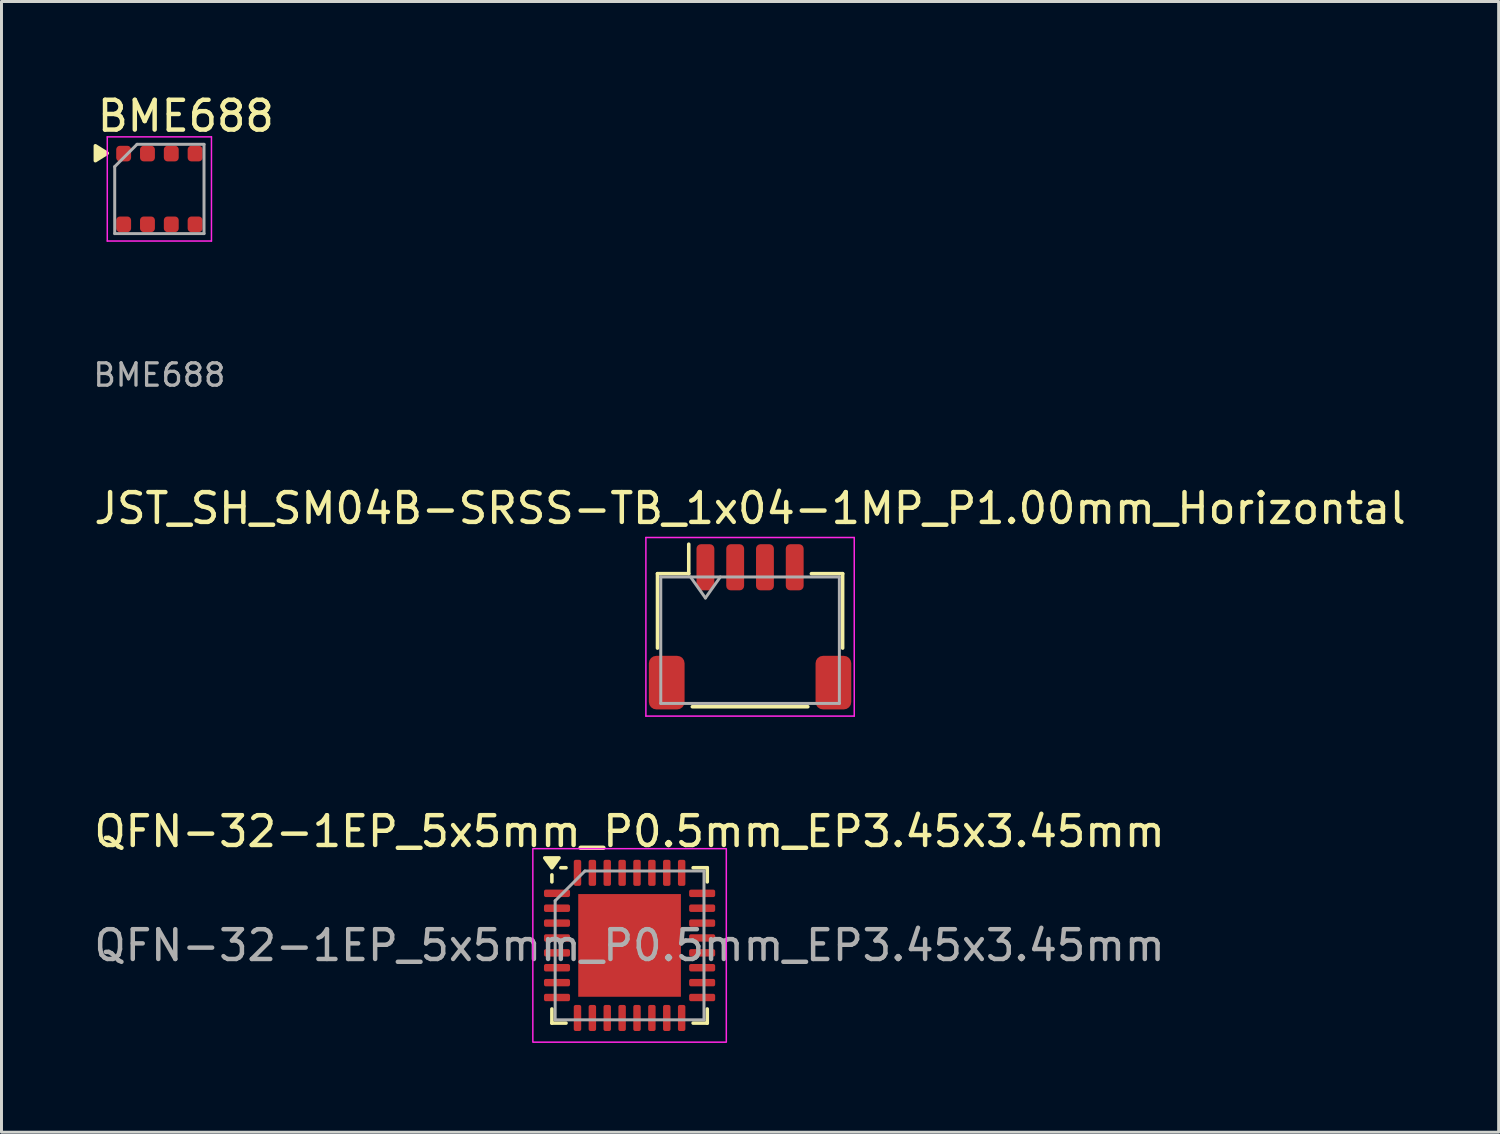
<source format=kicad_pcb>
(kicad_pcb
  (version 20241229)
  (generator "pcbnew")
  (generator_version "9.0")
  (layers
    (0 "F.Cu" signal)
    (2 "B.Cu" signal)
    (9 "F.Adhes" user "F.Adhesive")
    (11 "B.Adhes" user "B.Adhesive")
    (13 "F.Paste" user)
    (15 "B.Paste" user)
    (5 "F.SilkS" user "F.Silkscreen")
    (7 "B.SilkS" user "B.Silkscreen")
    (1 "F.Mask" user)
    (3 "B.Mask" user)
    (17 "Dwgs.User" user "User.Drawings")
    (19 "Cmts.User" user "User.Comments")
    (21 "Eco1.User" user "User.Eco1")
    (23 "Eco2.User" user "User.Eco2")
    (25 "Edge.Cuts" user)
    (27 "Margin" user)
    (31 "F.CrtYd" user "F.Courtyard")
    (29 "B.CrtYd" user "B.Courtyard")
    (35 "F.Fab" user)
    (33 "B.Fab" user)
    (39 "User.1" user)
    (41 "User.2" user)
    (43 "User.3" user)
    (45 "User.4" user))
  (footprint "QFN-32-1EP_5x5mm_P0.5mm_EP3.45x3.45mm"
    (layer "F.Cu")
    (at 18.101 28.712)
    (property "Reference" "QFN-32-1EP_5x5mm_P0.5mm_EP3.45x3.45mm" (at 0 -3.83 0) (layer "F.SilkS") (effects (font (size 1 1) (thickness 0.15))))
    (attr smd)
    (fp_line (start -2.61 -2.135) (end -2.61 -2.37) (stroke (width 0.12) (type solid)) (layer "F.SilkS"))
    (fp_line (start -2.61 2.61) (end -2.61 2.135) (stroke (width 0.12) (type solid)) (layer "F.SilkS"))
    (fp_line (start -2.135 -2.61) (end -2.31 -2.61) (stroke (width 0.12) (type solid)) (layer "F.SilkS"))
    (fp_line (start -2.135 2.61) (end -2.61 2.61) (stroke (width 0.12) (type solid)) (layer "F.SilkS"))
    (fp_line (start 2.135 -2.61) (end 2.61 -2.61) (stroke (width 0.12) (type solid)) (layer "F.SilkS"))
    (fp_line (start 2.135 2.61) (end 2.61 2.61) (stroke (width 0.12) (type solid)) (layer "F.SilkS"))
    (fp_line (start 2.61 -2.61) (end 2.61 -2.135) (stroke (width 0.12) (type solid)) (layer "F.SilkS"))
    (fp_line (start 2.61 2.61) (end 2.61 2.135) (stroke (width 0.12) (type solid)) (layer "F.SilkS"))
    (fp_poly (pts (xy -2.61 -2.61) (xy -2.85 -2.94) (xy -2.37 -2.94) (xy -2.61 -2.61)) (stroke (width 0.12) (type solid)) (fill yes) (layer "F.SilkS"))
    (fp_rect (start -3.25 -3.25) (end 3.25 3.25) (stroke (width 0.05) (type default)) (fill no) (layer "F.CrtYd"))
    (fp_line (start -2.5 -1.5) (end -1.5 -2.5) (stroke (width 0.1) (type solid)) (layer "F.Fab"))
    (fp_line (start -2.5 2.5) (end -2.5 -1.5) (stroke (width 0.1) (type solid)) (layer "F.Fab"))
    (fp_line (start -1.5 -2.5) (end 2.5 -2.5) (stroke (width 0.1) (type solid)) (layer "F.Fab"))
    (fp_line (start 2.5 -2.5) (end 2.5 2.5) (stroke (width 0.1) (type solid)) (layer "F.Fab"))
    (fp_line (start 2.5 2.5) (end -2.5 2.5) (stroke (width 0.1) (type solid)) (layer "F.Fab"))
    (fp_text user "${REFERENCE}" (at 0 0 0) (layer "F.Fab") (effects (font (size 1 1) (thickness 0.15))))
    (pad "" smd roundrect (at -1.15 -1.15) (size 0.93 0.93) (layers "F.Paste") (roundrect_rratio 0.25))
    (pad "" smd roundrect (at -1.15 0) (size 0.93 0.93) (layers "F.Paste") (roundrect_rratio 0.25))
    (pad "" smd roundrect (at -1.15 1.15) (size 0.93 0.93) (layers "F.Paste") (roundrect_rratio 0.25))
    (pad "" smd roundrect (at 0 -1.15) (size 0.93 0.93) (layers "F.Paste") (roundrect_rratio 0.25))
    (pad "" smd roundrect (at 0 0) (size 0.93 0.93) (layers "F.Paste") (roundrect_rratio 0.25))
    (pad "" smd roundrect (at 0 1.15) (size 0.93 0.93) (layers "F.Paste") (roundrect_rratio 0.25))
    (pad "" smd roundrect (at 1.15 -1.15) (size 0.93 0.93) (layers "F.Paste") (roundrect_rratio 0.25))
    (pad "" smd roundrect (at 1.15 0) (size 0.93 0.93) (layers "F.Paste") (roundrect_rratio 0.25))
    (pad "" smd roundrect (at 1.15 1.15) (size 0.93 0.93) (layers "F.Paste") (roundrect_rratio 0.25))
    (pad "1" smd roundrect (at -2.438 -1.75) (size 0.875 0.25) (layers "F.Cu" "F.Mask" "F.Paste") (roundrect_rratio 0.25))
    (pad "2" smd roundrect (at -2.438 -1.25) (size 0.875 0.25) (layers "F.Cu" "F.Mask" "F.Paste") (roundrect_rratio 0.25))
    (pad "3" smd roundrect (at -2.438 -0.75) (size 0.875 0.25) (layers "F.Cu" "F.Mask" "F.Paste") (roundrect_rratio 0.25))
    (pad "4" smd roundrect (at -2.438 -0.25) (size 0.875 0.25) (layers "F.Cu" "F.Mask" "F.Paste") (roundrect_rratio 0.25))
    (pad "5" smd roundrect (at -2.438 0.25) (size 0.875 0.25) (layers "F.Cu" "F.Mask" "F.Paste") (roundrect_rratio 0.25))
    (pad "6" smd roundrect (at -2.438 0.75) (size 0.875 0.25) (layers "F.Cu" "F.Mask" "F.Paste") (roundrect_rratio 0.25))
    (pad "7" smd roundrect (at -2.438 1.25) (size 0.875 0.25) (layers "F.Cu" "F.Mask" "F.Paste") (roundrect_rratio 0.25))
    (pad "8" smd roundrect (at -2.438 1.75) (size 0.875 0.25) (layers "F.Cu" "F.Mask" "F.Paste") (roundrect_rratio 0.25))
    (pad "9" smd roundrect (at -1.75 2.438) (size 0.25 0.875) (layers "F.Cu" "F.Mask" "F.Paste") (roundrect_rratio 0.25))
    (pad "10" smd roundrect (at -1.25 2.438) (size 0.25 0.875) (layers "F.Cu" "F.Mask" "F.Paste") (roundrect_rratio 0.25))
    (pad "11" smd roundrect (at -0.75 2.438) (size 0.25 0.875) (layers "F.Cu" "F.Mask" "F.Paste") (roundrect_rratio 0.25))
    (pad "12" smd roundrect (at -0.25 2.438) (size 0.25 0.875) (layers "F.Cu" "F.Mask" "F.Paste") (roundrect_rratio 0.25))
    (pad "13" smd roundrect (at 0.25 2.438) (size 0.25 0.875) (layers "F.Cu" "F.Mask" "F.Paste") (roundrect_rratio 0.25))
    (pad "14" smd roundrect (at 0.75 2.438) (size 0.25 0.875) (layers "F.Cu" "F.Mask" "F.Paste") (roundrect_rratio 0.25))
    (pad "15" smd roundrect (at 1.25 2.438) (size 0.25 0.875) (layers "F.Cu" "F.Mask" "F.Paste") (roundrect_rratio 0.25))
    (pad "16" smd roundrect (at 1.75 2.438) (size 0.25 0.875) (layers "F.Cu" "F.Mask" "F.Paste") (roundrect_rratio 0.25))
    (pad "17" smd roundrect (at 2.438 1.75) (size 0.875 0.25) (layers "F.Cu" "F.Mask" "F.Paste") (roundrect_rratio 0.25))
    (pad "18" smd roundrect (at 2.438 1.25) (size 0.875 0.25) (layers "F.Cu" "F.Mask" "F.Paste") (roundrect_rratio 0.25))
    (pad "19" smd roundrect (at 2.438 0.75) (size 0.875 0.25) (layers "F.Cu" "F.Mask" "F.Paste") (roundrect_rratio 0.25))
    (pad "20" smd roundrect (at 2.438 0.25) (size 0.875 0.25) (layers "F.Cu" "F.Mask" "F.Paste") (roundrect_rratio 0.25))
    (pad "21" smd roundrect (at 2.438 -0.25) (size 0.875 0.25) (layers "F.Cu" "F.Mask" "F.Paste") (roundrect_rratio 0.25))
    (pad "22" smd roundrect (at 2.438 -0.75) (size 0.875 0.25) (layers "F.Cu" "F.Mask" "F.Paste") (roundrect_rratio 0.25))
    (pad "23" smd roundrect (at 2.438 -1.25) (size 0.875 0.25) (layers "F.Cu" "F.Mask" "F.Paste") (roundrect_rratio 0.25))
    (pad "24" smd roundrect (at 2.438 -1.75) (size 0.875 0.25) (layers "F.Cu" "F.Mask" "F.Paste") (roundrect_rratio 0.25))
    (pad "25" smd roundrect (at 1.75 -2.438) (size 0.25 0.875) (layers "F.Cu" "F.Mask" "F.Paste") (roundrect_rratio 0.25))
    (pad "26" smd roundrect (at 1.25 -2.438) (size 0.25 0.875) (layers "F.Cu" "F.Mask" "F.Paste") (roundrect_rratio 0.25))
    (pad "27" smd roundrect (at 0.75 -2.438) (size 0.25 0.875) (layers "F.Cu" "F.Mask" "F.Paste") (roundrect_rratio 0.25))
    (pad "28" smd roundrect (at 0.25 -2.438) (size 0.25 0.875) (layers "F.Cu" "F.Mask" "F.Paste") (roundrect_rratio 0.25))
    (pad "29" smd roundrect (at -0.25 -2.438) (size 0.25 0.875) (layers "F.Cu" "F.Mask" "F.Paste") (roundrect_rratio 0.25))
    (pad "30" smd roundrect (at -0.75 -2.438) (size 0.25 0.875) (layers "F.Cu" "F.Mask" "F.Paste") (roundrect_rratio 0.25))
    (pad "31" smd roundrect (at -1.25 -2.438) (size 0.25 0.875) (layers "F.Cu" "F.Mask" "F.Paste") (roundrect_rratio 0.25))
    (pad "32" smd roundrect (at -1.75 -2.438) (size 0.25 0.875) (layers "F.Cu" "F.Mask" "F.Paste") (roundrect_rratio 0.25))
    (pad "33" smd rect (at 0 0) (size 3.45 3.45) (property pad_prop_heatsink) (layers "F.Cu" "F.Mask")))
  (footprint "JST_SH_SM04B-SRSS-TB_1x04-1MP_P1.00mm_Horizontal"
    (layer "F.Cu")
    (at 22.149 18.008)
    (property "Reference" "JST_SH_SM04B-SRSS-TB_1x04-1MP_P1.00mm_Horizontal" (at 0 -3.98 0) (layer "F.SilkS") (effects (font (size 1 1) (thickness 0.15))))
    (attr smd)
    (fp_line (start -3.11 -1.785) (end -2.06 -1.785) (stroke (width 0.12) (type solid)) (layer "F.SilkS"))
    (fp_line (start -3.11 0.715) (end -3.11 -1.785) (stroke (width 0.12) (type solid)) (layer "F.SilkS"))
    (fp_line (start -2.06 -1.785) (end -2.06 -2.775) (stroke (width 0.12) (type solid)) (layer "F.SilkS"))
    (fp_line (start -1.94 2.685) (end 1.94 2.685) (stroke (width 0.12) (type solid)) (layer "F.SilkS"))
    (fp_line (start 3.11 -1.785) (end 2.06 -1.785) (stroke (width 0.12) (type solid)) (layer "F.SilkS"))
    (fp_line (start 3.11 0.715) (end 3.11 -1.785) (stroke (width 0.12) (type solid)) (layer "F.SilkS"))
    (fp_line (start -3.5 -3) (end -3.5 3) (stroke (width 0.05) (type solid)) (layer "F.CrtYd"))
    (fp_line (start -3.5 3) (end 3.5 3) (stroke (width 0.05) (type solid)) (layer "F.CrtYd"))
    (fp_line (start 3.5 -3) (end -3.5 -3) (stroke (width 0.05) (type solid)) (layer "F.CrtYd"))
    (fp_line (start 3.5 3) (end 3.5 -3) (stroke (width 0.05) (type solid)) (layer "F.CrtYd"))
    (fp_line (start -3 -1.675) (end -3 2.575) (stroke (width 0.1) (type solid)) (layer "F.Fab"))
    (fp_line (start -3 -1.675) (end 3 -1.675) (stroke (width 0.1) (type solid)) (layer "F.Fab"))
    (fp_line (start -3 2.575) (end 3 2.575) (stroke (width 0.1) (type solid)) (layer "F.Fab"))
    (fp_line (start -2 -1.675) (end -1.5 -0.968) (stroke (width 0.1) (type solid)) (layer "F.Fab"))
    (fp_line (start -1.5 -0.968) (end -1 -1.675) (stroke (width 0.1) (type solid)) (layer "F.Fab"))
    (fp_line (start 3 -1.675) (end 3 2.575) (stroke (width 0.1) (type solid)) (layer "F.Fab"))
    (pad "1" smd roundrect (at -1.5 -2) (size 0.6 1.55) (layers "F.Cu" "F.Mask" "F.Paste") (roundrect_rratio 0.25))
    (pad "2" smd roundrect (at -0.5 -2) (size 0.6 1.55) (layers "F.Cu" "F.Mask" "F.Paste") (roundrect_rratio 0.25))
    (pad "3" smd roundrect (at 0.5 -2) (size 0.6 1.55) (layers "F.Cu" "F.Mask" "F.Paste") (roundrect_rratio 0.25))
    (pad "4" smd roundrect (at 1.5 -2) (size 0.6 1.55) (layers "F.Cu" "F.Mask" "F.Paste") (roundrect_rratio 0.25))
    (pad "MP1" smd roundrect (at -2.8 1.875) (size 1.2 1.8) (layers "F.Cu" "F.Mask" "F.Paste") (roundrect_rratio 0.208))
    (pad "MP2" smd roundrect (at 2.8 1.875) (size 1.2 1.8) (layers "F.Cu" "F.Mask" "F.Paste") (roundrect_rratio 0.208)))
  (footprint "BME688"
    (layer "F.Cu")
    (at 2.304 3.298)
    (property "Reference" "BME688" (at 0.889 -2.45 0) (layer "F.SilkS") (effects (font (size 1 1) (thickness 0.15))))
    (attr smd)
    (fp_poly (pts (xy -1.75 -1.2) (xy -2.15 -0.95) (xy -2.15 -1.45)) (stroke (width 0.12) (type solid)) (fill yes) (layer "F.SilkS"))
    (fp_line (start -1.75 -1.75) (end -1.75 1.75) (stroke (width 0.05) (type solid)) (layer "F.CrtYd"))
    (fp_line (start -1.75 1.75) (end 1.75 1.75) (stroke (width 0.05) (type solid)) (layer "F.CrtYd"))
    (fp_line (start 1.75 -1.75) (end -1.75 -1.75) (stroke (width 0.05) (type solid)) (layer "F.CrtYd"))
    (fp_line (start 1.75 1.75) (end 1.75 -1.75) (stroke (width 0.05) (type solid)) (layer "F.CrtYd"))
    (fp_line (start -1.5 -0.75) (end -0.75 -1.5) (stroke (width 0.1) (type solid)) (layer "F.Fab"))
    (fp_line (start -1.5 1.5) (end -1.5 -0.75) (stroke (width 0.1) (type solid)) (layer "F.Fab"))
    (fp_line (start -0.75 -1.5) (end 1.5 -1.5) (stroke (width 0.1) (type solid)) (layer "F.Fab"))
    (fp_line (start 1.5 -1.5) (end 1.5 1.5) (stroke (width 0.1) (type solid)) (layer "F.Fab"))
    (fp_line (start 1.5 1.5) (end -1.5 1.5) (stroke (width 0.1) (type solid)) (layer "F.Fab"))
    (fp_text user "${REFERENCE}" (at 0 6.25 0) (layer "F.Fab") (effects (font (size 0.75 0.75) (thickness 0.11))))
    (pad "1" smd roundrect (at -1.2 -1.188) (size 0.5 0.525) (layers "F.Cu" "F.Mask" "F.Paste") (roundrect_rratio 0.25))
    (pad "2" smd roundrect (at -0.4 -1.188) (size 0.5 0.525) (layers "F.Cu" "F.Mask" "F.Paste") (roundrect_rratio 0.25))
    (pad "3" smd roundrect (at 0.4 -1.188) (size 0.5 0.525) (layers "F.Cu" "F.Mask" "F.Paste") (roundrect_rratio 0.25))
    (pad "4" smd roundrect (at 1.2 -1.188) (size 0.5 0.525) (layers "F.Cu" "F.Mask" "F.Paste") (roundrect_rratio 0.25))
    (pad "5" smd roundrect (at 1.2 1.188) (size 0.5 0.525) (layers "F.Cu" "F.Mask" "F.Paste") (roundrect_rratio 0.25))
    (pad "6" smd roundrect (at 0.4 1.188) (size 0.5 0.525) (layers "F.Cu" "F.Mask" "F.Paste") (roundrect_rratio 0.25))
    (pad "7" smd roundrect (at -0.4 1.188) (size 0.5 0.525) (layers "F.Cu" "F.Mask" "F.Paste") (roundrect_rratio 0.25))
    (pad "8" smd roundrect (at -1.2 1.188) (size 0.5 0.525) (layers "F.Cu" "F.Mask" "F.Paste") (roundrect_rratio 0.25)))
  (gr_rect
    (start -3 -3)
    (end 47.298 34.987)
    (stroke (width 0.1) (type default))
    (fill no)
    (layer "Edge.Cuts")))
</source>
